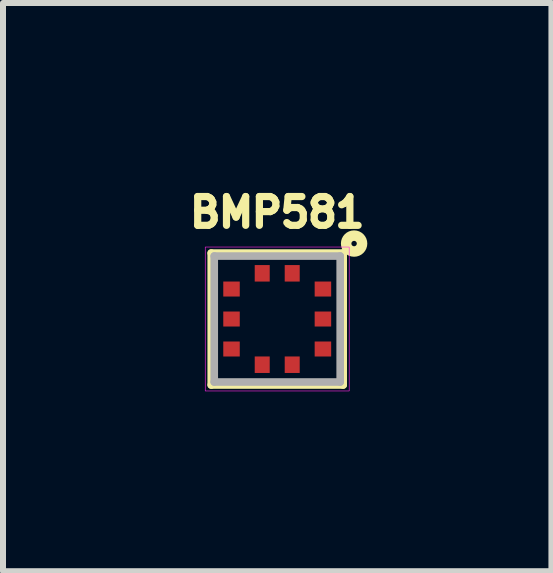
<source format=kicad_pcb>
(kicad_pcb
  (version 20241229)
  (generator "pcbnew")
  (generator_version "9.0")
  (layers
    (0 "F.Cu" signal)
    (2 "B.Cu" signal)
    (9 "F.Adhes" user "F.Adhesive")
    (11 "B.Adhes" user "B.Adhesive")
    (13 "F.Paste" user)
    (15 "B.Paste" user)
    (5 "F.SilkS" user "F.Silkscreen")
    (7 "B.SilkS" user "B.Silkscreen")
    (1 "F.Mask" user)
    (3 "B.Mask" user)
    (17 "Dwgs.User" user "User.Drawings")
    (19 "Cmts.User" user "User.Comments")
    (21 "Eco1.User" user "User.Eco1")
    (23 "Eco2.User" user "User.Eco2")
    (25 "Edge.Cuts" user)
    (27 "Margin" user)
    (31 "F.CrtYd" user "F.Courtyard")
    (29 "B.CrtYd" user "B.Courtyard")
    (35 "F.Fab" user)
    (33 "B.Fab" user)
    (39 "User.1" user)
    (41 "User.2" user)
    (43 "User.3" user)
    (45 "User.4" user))
  (footprint "BMP581"
    (layer "F.Cu")
    (at 1.572 2.269)
    (property "Reference" "BMP581" (at 0 -1.778 0) (layer "F.SilkS") (effects (font (size 0.48 0.48) (thickness 0.15))))
    (attr smd)
    (fp_line (start -1.1 -1.1) (end 1.1 -1.1) (stroke (width 0.127) (type solid)) (layer "F.SilkS"))
    (fp_line (start -1.1 1.1) (end -1.1 -1.1) (stroke (width 0.127) (type solid)) (layer "F.SilkS"))
    (fp_line (start 1.1 -1.1) (end 1.1 1.1) (stroke (width 0.127) (type solid)) (layer "F.SilkS"))
    (fp_line (start 1.1 1.1) (end -1.1 1.1) (stroke (width 0.127) (type solid)) (layer "F.SilkS"))
    (fp_circle (center 1.282 -1.258) (end 1.327 -1.258) (stroke (width 0.175) (type solid)) (fill no) (layer "F.SilkS"))
    (fp_poly (pts (xy -0.875 -0.6) (xy -0.65 -0.6) (xy -0.65 -0.4) (xy -0.875 -0.4)) (stroke (width 0.01) (type solid)) (fill yes) (layer "F.Paste"))
    (fp_poly (pts (xy -0.875 -0.1) (xy -0.65 -0.1) (xy -0.65 0.1) (xy -0.875 0.1)) (stroke (width 0.01) (type solid)) (fill yes) (layer "F.Paste"))
    (fp_poly (pts (xy -0.875 0.4) (xy -0.65 0.4) (xy -0.65 0.6) (xy -0.875 0.6)) (stroke (width 0.01) (type solid)) (fill yes) (layer "F.Paste"))
    (fp_poly (pts (xy -0.362 -0.863) (xy -0.138 -0.863) (xy -0.138 -0.662) (xy -0.362 -0.662)) (stroke (width 0.01) (type solid)) (fill yes) (layer "F.Paste"))
    (fp_poly (pts (xy -0.362 0.662) (xy -0.138 0.662) (xy -0.138 0.863) (xy -0.362 0.863)) (stroke (width 0.01) (type solid)) (fill yes) (layer "F.Paste"))
    (fp_poly (pts (xy 0.138 -0.863) (xy 0.362 -0.863) (xy 0.362 -0.662) (xy 0.138 -0.662)) (stroke (width 0.01) (type solid)) (fill yes) (layer "F.Paste"))
    (fp_poly (pts (xy 0.138 0.662) (xy 0.362 0.662) (xy 0.362 0.863) (xy 0.138 0.863)) (stroke (width 0.01) (type solid)) (fill yes) (layer "F.Paste"))
    (fp_poly (pts (xy 0.65 -0.6) (xy 0.875 -0.6) (xy 0.875 -0.4) (xy 0.65 -0.4)) (stroke (width 0.01) (type solid)) (fill yes) (layer "F.Paste"))
    (fp_poly (pts (xy 0.65 -0.1) (xy 0.875 -0.1) (xy 0.875 0.1) (xy 0.65 0.1)) (stroke (width 0.01) (type solid)) (fill yes) (layer "F.Paste"))
    (fp_poly (pts (xy 0.65 0.4) (xy 0.875 0.4) (xy 0.875 0.6) (xy 0.65 0.6)) (stroke (width 0.01) (type solid)) (fill yes) (layer "F.Paste"))
    (fp_poly (pts (xy -1.2 -1.2) (xy 1.2 -1.2) (xy 1.2 1.2) (xy -1.2 1.2)) (stroke (width 0.01) (type solid)) (fill no) (layer "F.CrtYd"))
    (fp_line (start -1.05 -1.05) (end 1.05 -1.05) (stroke (width 0.127) (type solid)) (layer "F.Fab"))
    (fp_line (start -1.05 1.05) (end -1.05 -1.05) (stroke (width 0.127) (type solid)) (layer "F.Fab"))
    (fp_line (start 1.05 -1.05) (end 1.05 1.05) (stroke (width 0.127) (type solid)) (layer "F.Fab"))
    (fp_line (start 1.05 1.05) (end -1.05 1.05) (stroke (width 0.127) (type solid)) (layer "F.Fab"))
    (pad "1" smd rect (at 0.25 -0.762) (size 0.25 0.275) (layers "F.Cu" "F.Mask"))
    (pad "2" smd rect (at -0.25 -0.762) (size 0.25 0.275) (layers "F.Cu" "F.Mask"))
    (pad "3" smd rect (at -0.762 -0.5) (size 0.275 0.25) (layers "F.Cu" "F.Mask"))
    (pad "4" smd rect (at -0.762 0) (size 0.275 0.25) (layers "F.Cu" "F.Mask"))
    (pad "5" smd rect (at -0.762 0.5) (size 0.275 0.25) (layers "F.Cu" "F.Mask"))
    (pad "6" smd rect (at -0.25 0.762) (size 0.25 0.275) (layers "F.Cu" "F.Mask"))
    (pad "7" smd rect (at 0.25 0.762) (size 0.25 0.275) (layers "F.Cu" "F.Mask"))
    (pad "8" smd rect (at 0.762 0.5) (size 0.275 0.25) (layers "F.Cu" "F.Mask"))
    (pad "9" smd rect (at 0.762 0) (size 0.275 0.25) (layers "F.Cu" "F.Mask"))
    (pad "10" smd rect (at 0.762 -0.5) (size 0.275 0.25) (layers "F.Cu" "F.Mask")))
  (gr_rect
    (start -3 -3)
    (end 6.144 6.474)
    (stroke (width 0.1) (type default))
    (fill no)
    (layer "Edge.Cuts")))
</source>
